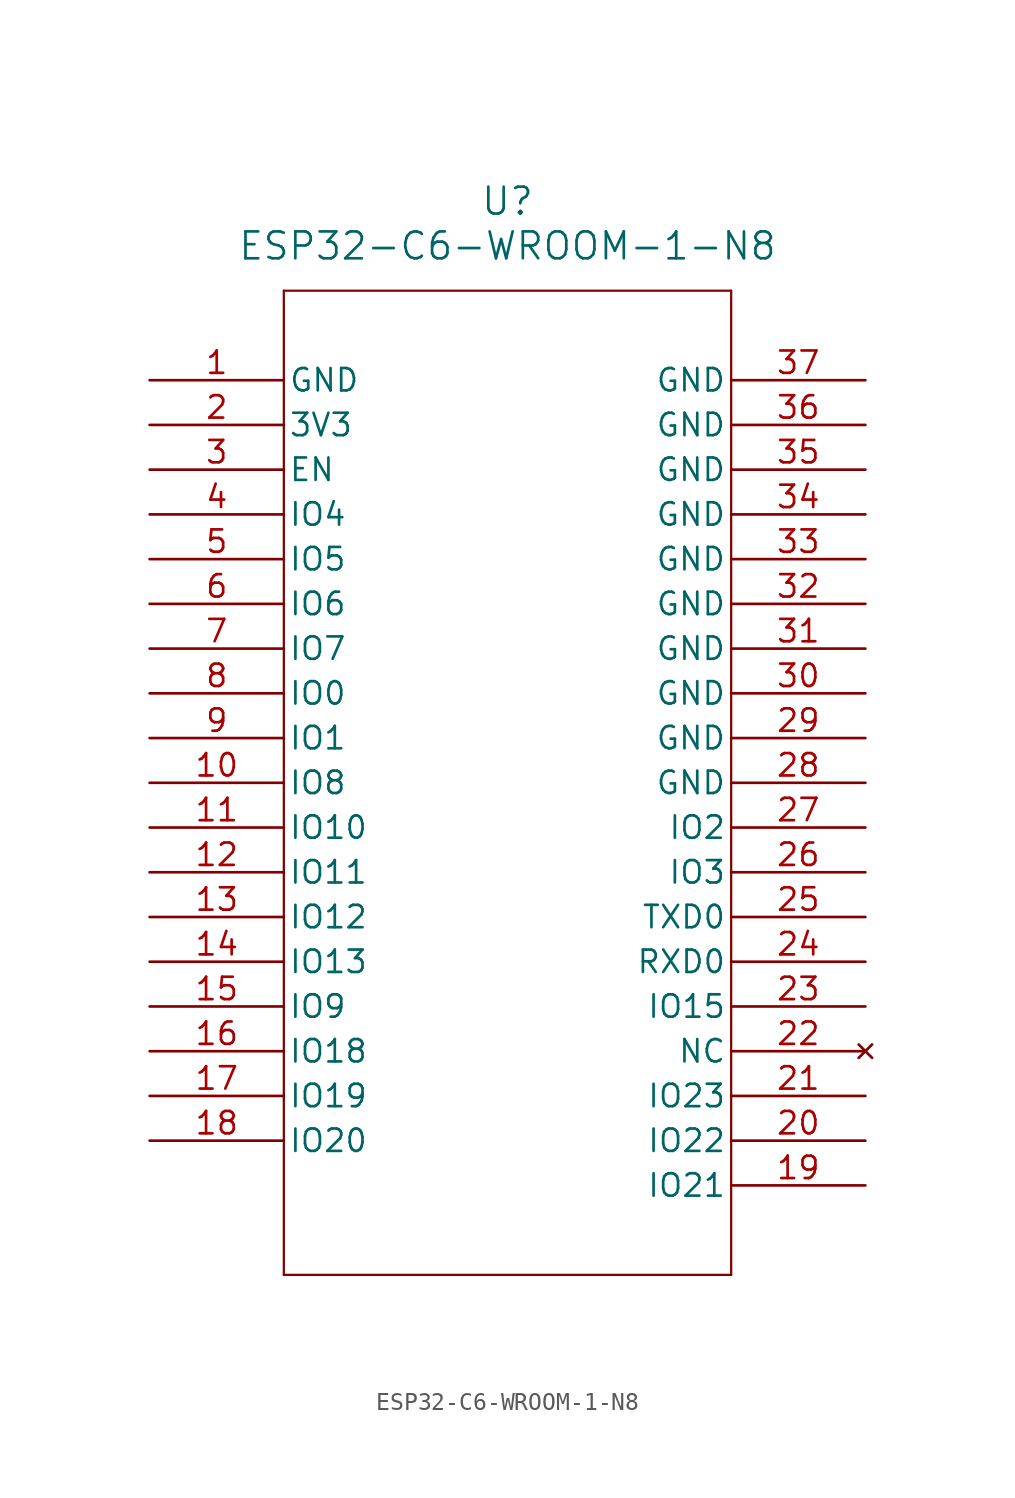
<source format=kicad_sym>
(kicad_symbol_lib
  (version 20211014)
  (generator kicad_symbol_editor)
  (symbol "ESP32-C6-WROOM-1-N8"
    (pin_names
      (offset 0.254))
    (property "Reference" "U"
      (at 20.32 10.16 0)
      (effects (font (size 1.524 1.524))))
    (property "Value" "ESP32-C6-WROOM-1-N8"
      (at 20.32 7.62 0)
      (effects (font (size 1.524 1.524))))
    (symbol "ESP32-C6-WROOM-1-N8_0_1"
      (polyline (pts (xy 7.62 5.08) (xy 7.62 -50.8)) (stroke (width 0.127) (type default) (color 0 0 0 0)) (fill (type none)))
      (polyline (pts (xy 7.62 -50.8) (xy 33.02 -50.8)) (stroke (width 0.127) (type default) (color 0 0 0 0)) (fill (type none)))
      (polyline (pts (xy 33.02 -50.8) (xy 33.02 5.08)) (stroke (width 0.127) (type default) (color 0 0 0 0)) (fill (type none)))
      (polyline (pts (xy 33.02 5.08) (xy 7.62 5.08)) (stroke (width 0.127) (type default) (color 0 0 0 0)) (fill (type none)))
      (pin power_out line (at 0 0 0) (length 7.62) (name "GND" (effects (font (size 1.27 1.27)))) (number "1" (effects (font (size 1.27 1.27)))))
      (pin power_in line (at 0 -2.54 0) (length 7.62) (name "3V3" (effects (font (size 1.27 1.27)))) (number "2" (effects (font (size 1.27 1.27)))))
      (pin input line (at 0 -5.08 0) (length 7.62) (name "EN" (effects (font (size 1.27 1.27)))) (number "3" (effects (font (size 1.27 1.27)))))
      (pin bidirectional line (at 0 -7.62 0) (length 7.62) (name "IO4" (effects (font (size 1.27 1.27)))) (number "4" (effects (font (size 1.27 1.27)))))
      (pin bidirectional line (at 0 -10.16 0) (length 7.62) (name "IO5" (effects (font (size 1.27 1.27)))) (number "5" (effects (font (size 1.27 1.27)))))
      (pin bidirectional line (at 0 -12.7 0) (length 7.62) (name "IO6" (effects (font (size 1.27 1.27)))) (number "6" (effects (font (size 1.27 1.27)))))
      (pin bidirectional line (at 0 -15.24 0) (length 7.62) (name "IO7" (effects (font (size 1.27 1.27)))) (number "7" (effects (font (size 1.27 1.27)))))
      (pin bidirectional line (at 0 -17.78 0) (length 7.62) (name "IO0" (effects (font (size 1.27 1.27)))) (number "8" (effects (font (size 1.27 1.27)))))
      (pin bidirectional line (at 0 -20.32 0) (length 7.62) (name "IO1" (effects (font (size 1.27 1.27)))) (number "9" (effects (font (size 1.27 1.27)))))
      (pin bidirectional line (at 0 -22.86 0) (length 7.62) (name "IO8" (effects (font (size 1.27 1.27)))) (number "10" (effects (font (size 1.27 1.27)))))
      (pin bidirectional line (at 0 -25.4 0) (length 7.62) (name "IO10" (effects (font (size 1.27 1.27)))) (number "11" (effects (font (size 1.27 1.27)))))
      (pin bidirectional line (at 0 -27.94 0) (length 7.62) (name "IO11" (effects (font (size 1.27 1.27)))) (number "12" (effects (font (size 1.27 1.27)))))
      (pin bidirectional line (at 0 -30.48 0) (length 7.62) (name "IO12" (effects (font (size 1.27 1.27)))) (number "13" (effects (font (size 1.27 1.27)))))
      (pin bidirectional line (at 0 -33.02 0) (length 7.62) (name "IO13" (effects (font (size 1.27 1.27)))) (number "14" (effects (font (size 1.27 1.27)))))
      (pin bidirectional line (at 0 -35.56 0) (length 7.62) (name "IO9" (effects (font (size 1.27 1.27)))) (number "15" (effects (font (size 1.27 1.27)))))
      (pin bidirectional line (at 0 -38.1 0) (length 7.62) (name "IO18" (effects (font (size 1.27 1.27)))) (number "16" (effects (font (size 1.27 1.27)))))
      (pin bidirectional line (at 0 -40.64 0) (length 7.62) (name "IO19" (effects (font (size 1.27 1.27)))) (number "17" (effects (font (size 1.27 1.27)))))
      (pin bidirectional line (at 0 -43.18 0) (length 7.62) (name "IO20" (effects (font (size 1.27 1.27)))) (number "18" (effects (font (size 1.27 1.27)))))
      (pin bidirectional line (at 40.64 -45.72 180) (length 7.62) (name "IO21" (effects (font (size 1.27 1.27)))) (number "19" (effects (font (size 1.27 1.27)))))
      (pin bidirectional line (at 40.64 -43.18 180) (length 7.62) (name "IO22" (effects (font (size 1.27 1.27)))) (number "20" (effects (font (size 1.27 1.27)))))
      (pin bidirectional line (at 40.64 -40.64 180) (length 7.62) (name "IO23" (effects (font (size 1.27 1.27)))) (number "21" (effects (font (size 1.27 1.27)))))
      (pin no_connect line (at 40.64 -38.1 180) (length 7.62) (name "NC" (effects (font (size 1.27 1.27)))) (number "22" (effects (font (size 1.27 1.27)))))
      (pin bidirectional line (at 40.64 -35.56 180) (length 7.62) (name "IO15" (effects (font (size 1.27 1.27)))) (number "23" (effects (font (size 1.27 1.27)))))
      (pin bidirectional line (at 40.64 -33.02 180) (length 7.62) (name "RXD0" (effects (font (size 1.27 1.27)))) (number "24" (effects (font (size 1.27 1.27)))))
      (pin bidirectional line (at 40.64 -30.48 180) (length 7.62) (name "TXD0" (effects (font (size 1.27 1.27)))) (number "25" (effects (font (size 1.27 1.27)))))
      (pin bidirectional line (at 40.64 -27.94 180) (length 7.62) (name "IO3" (effects (font (size 1.27 1.27)))) (number "26" (effects (font (size 1.27 1.27)))))
      (pin bidirectional line (at 40.64 -25.4 180) (length 7.62) (name "IO2" (effects (font (size 1.27 1.27)))) (number "27" (effects (font (size 1.27 1.27)))))
      (pin power_out line (at 40.64 -22.86 180) (length 7.62) (name "GND" (effects (font (size 1.27 1.27)))) (number "28" (effects (font (size 1.27 1.27)))))
      (pin power_out line (at 40.64 -20.32 180) (length 7.62) (name "GND" (effects (font (size 1.27 1.27)))) (number "29" (effects (font (size 1.27 1.27)))))
      (pin power_out line (at 40.64 -17.78 180) (length 7.62) (name "GND" (effects (font (size 1.27 1.27)))) (number "30" (effects (font (size 1.27 1.27)))))
      (pin power_out line (at 40.64 -15.24 180) (length 7.62) (name "GND" (effects (font (size 1.27 1.27)))) (number "31" (effects (font (size 1.27 1.27)))))
      (pin power_out line (at 40.64 -12.7 180) (length 7.62) (name "GND" (effects (font (size 1.27 1.27)))) (number "32" (effects (font (size 1.27 1.27)))))
      (pin power_out line (at 40.64 -10.16 180) (length 7.62) (name "GND" (effects (font (size 1.27 1.27)))) (number "33" (effects (font (size 1.27 1.27)))))
      (pin power_out line (at 40.64 -7.62 180) (length 7.62) (name "GND" (effects (font (size 1.27 1.27)))) (number "34" (effects (font (size 1.27 1.27)))))
      (pin power_out line (at 40.64 -5.08 180) (length 7.62) (name "GND" (effects (font (size 1.27 1.27)))) (number "35" (effects (font (size 1.27 1.27)))))
      (pin power_out line (at 40.64 -2.54 180) (length 7.62) (name "GND" (effects (font (size 1.27 1.27)))) (number "36" (effects (font (size 1.27 1.27)))))
      (pin power_out line (at 40.64 0 180) (length 7.62) (name "GND" (effects (font (size 1.27 1.27)))) (number "37" (effects (font (size 1.27 1.27))))))))
</source>
